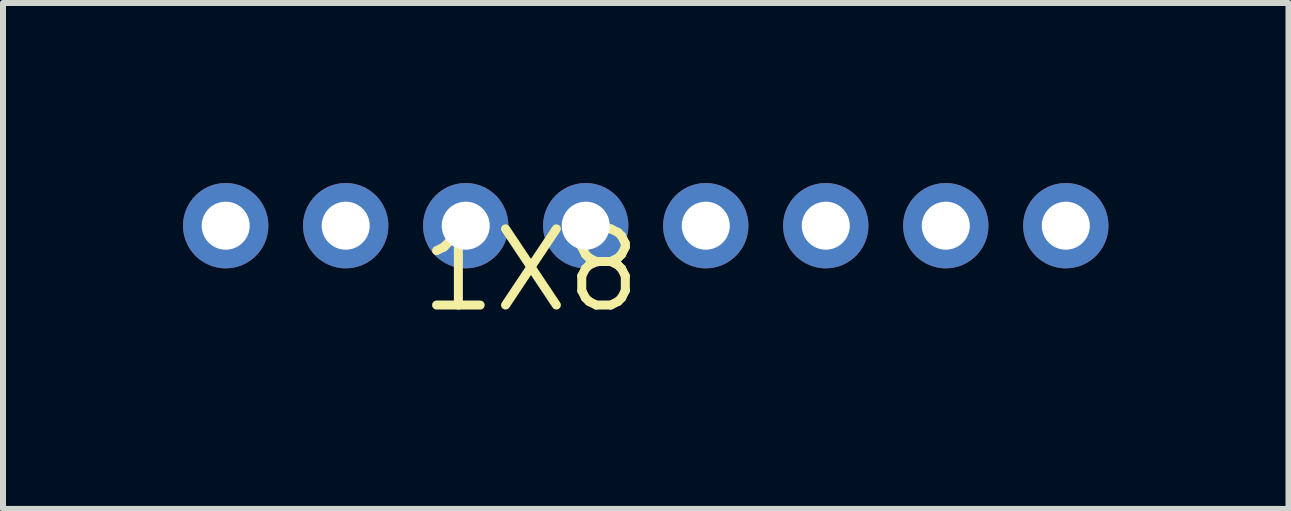
<source format=kicad_pcb>
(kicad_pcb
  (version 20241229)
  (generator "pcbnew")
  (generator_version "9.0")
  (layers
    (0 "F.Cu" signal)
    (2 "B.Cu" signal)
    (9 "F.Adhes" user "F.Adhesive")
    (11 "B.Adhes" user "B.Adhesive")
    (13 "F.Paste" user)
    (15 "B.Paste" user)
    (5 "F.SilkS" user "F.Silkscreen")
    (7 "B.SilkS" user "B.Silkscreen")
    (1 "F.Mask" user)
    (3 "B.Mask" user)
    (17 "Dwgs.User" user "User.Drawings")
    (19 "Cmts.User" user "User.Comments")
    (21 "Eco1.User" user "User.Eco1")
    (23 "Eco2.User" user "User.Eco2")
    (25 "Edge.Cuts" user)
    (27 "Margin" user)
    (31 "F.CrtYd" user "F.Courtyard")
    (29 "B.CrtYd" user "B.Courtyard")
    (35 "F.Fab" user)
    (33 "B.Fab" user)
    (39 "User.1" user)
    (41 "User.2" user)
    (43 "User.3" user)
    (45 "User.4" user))
  (footprint "1X8"
    (layer "F.Cu")
    (at 7.711 0.711)
    (property "Reference" "1X8" (at 0 0 0) (layer "F.SilkS") (effects (font (size 1.27 1.27) (thickness 0.15)) (justify right top)))
    (attr through_hole)
    (fp_poly (pts (xy -7.254 0.254) (xy -6.746 0.254) (xy -6.746 -0.254) (xy -7.254 -0.254)) (stroke (width 0) (type solid)) (fill yes) (layer "F.SilkS"))
    (fp_poly (pts (xy -5.254 0.254) (xy -4.746 0.254) (xy -4.746 -0.254) (xy -5.254 -0.254)) (stroke (width 0) (type solid)) (fill yes) (layer "F.SilkS"))
    (fp_poly (pts (xy -3.254 0.254) (xy -2.746 0.254) (xy -2.746 -0.254) (xy -3.254 -0.254)) (stroke (width 0) (type solid)) (fill yes) (layer "F.SilkS"))
    (fp_poly (pts (xy -1.254 0.254) (xy -0.746 0.254) (xy -0.746 -0.254) (xy -1.254 -0.254)) (stroke (width 0) (type solid)) (fill yes) (layer "F.SilkS"))
    (fp_poly (pts (xy 0.746 0.254) (xy 1.254 0.254) (xy 1.254 -0.254) (xy 0.746 -0.254)) (stroke (width 0) (type solid)) (fill yes) (layer "F.SilkS"))
    (fp_poly (pts (xy 2.746 0.254) (xy 3.254 0.254) (xy 3.254 -0.254) (xy 2.746 -0.254)) (stroke (width 0) (type solid)) (fill yes) (layer "F.SilkS"))
    (fp_poly (pts (xy 4.746 0.254) (xy 5.254 0.254) (xy 5.254 -0.254) (xy 4.746 -0.254)) (stroke (width 0) (type solid)) (fill yes) (layer "F.SilkS"))
    (fp_poly (pts (xy 6.746 0.254) (xy 7.254 0.254) (xy 7.254 -0.254) (xy 6.746 -0.254)) (stroke (width 0) (type solid)) (fill yes) (layer "F.SilkS"))
    (pad "1" thru_hole circle (at -7 0) (size 1.422 1.422) (drill 0.8) (layers "*.Cu" "*.Mask"))
    (pad "2" thru_hole circle (at -5 0) (size 1.422 1.422) (drill 0.8) (layers "*.Cu" "*.Mask"))
    (pad "3" thru_hole circle (at -3 0) (size 1.422 1.422) (drill 0.8) (layers "*.Cu" "*.Mask"))
    (pad "4" thru_hole circle (at -1 0) (size 1.422 1.422) (drill 0.8) (layers "*.Cu" "*.Mask"))
    (pad "5" thru_hole circle (at 1 0) (size 1.422 1.422) (drill 0.8) (layers "*.Cu" "*.Mask"))
    (pad "6" thru_hole circle (at 3 0) (size 1.422 1.422) (drill 0.8) (layers "*.Cu" "*.Mask"))
    (pad "7" thru_hole circle (at 5 0) (size 1.422 1.422) (drill 0.8) (layers "*.Cu" "*.Mask"))
    (pad "8" thru_hole circle (at 7 0) (size 1.422 1.422) (drill 0.8) (layers "*.Cu" "*.Mask")))
  (gr_rect
    (start -3 -3)
    (end 18.422 5.431)
    (stroke (width 0.1) (type default))
    (fill no)
    (layer "Edge.Cuts")))
</source>
